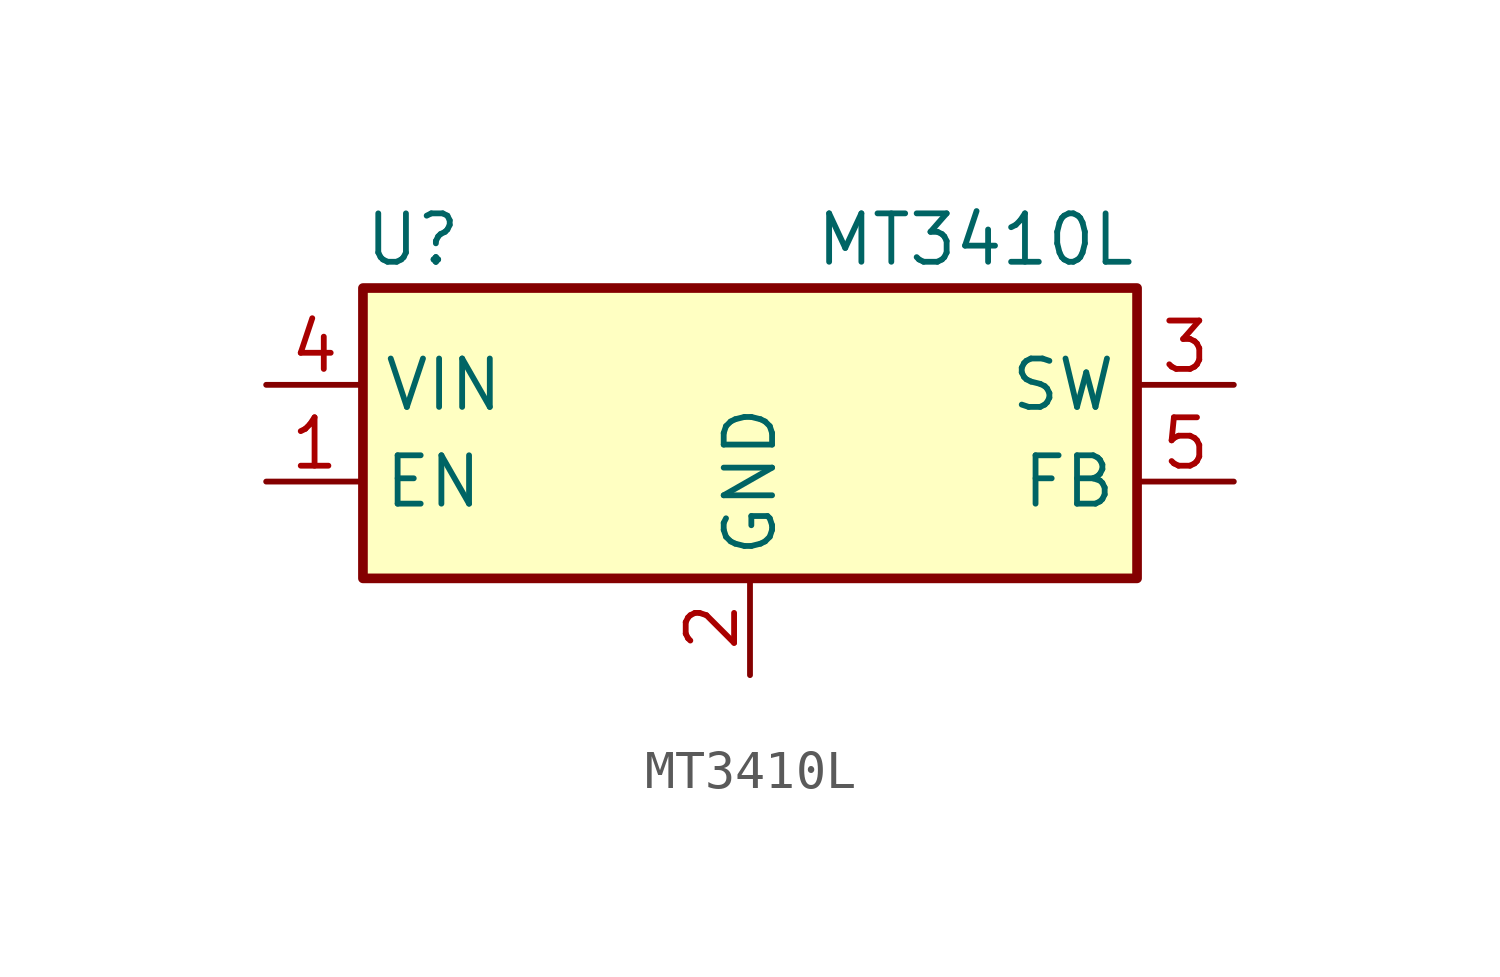
<source format=kicad_sym>
(kicad_symbol_lib
  (version 20211014)
  (generator kicad_symbol_editor)
  (symbol "MT3410L"
    (property "Reference" "U"
      (at -10.16 5.08 0)
      (effects (font (size 1.27 1.27)) (justify left)))
    (property "Value" "MT3410L"
      (at 10.16 5.08 0)
      (effects (font (size 1.27 1.27)) (justify right)))
    (symbol "MT3410L_0_1"
      (rectangle (start -10.16 3.81) (end 10.16 -3.81) (stroke (width 0.254) (type default) (color 0 0 0 0)) (fill (type background))))
    (symbol "MT3410L_1_1"
      (pin input line (at -12.7 -1.27 0) (length 2.54) (name "EN" (effects (font (size 1.27 1.27)))) (number "1" (effects (font (size 1.27 1.27)))))
      (pin power_in line (at 0 -6.35 90) (length 2.54) (name "GND" (effects (font (size 1.27 1.27)))) (number "2" (effects (font (size 1.27 1.27)))))
      (pin power_out line (at 12.7 1.27 180) (length 2.54) (name "SW" (effects (font (size 1.27 1.27)))) (number "3" (effects (font (size 1.27 1.27)))))
      (pin power_in line (at -12.7 1.27 0) (length 2.54) (name "VIN" (effects (font (size 1.27 1.27)))) (number "4" (effects (font (size 1.27 1.27)))))
      (pin input line (at 12.7 -1.27 180) (length 2.54) (name "FB" (effects (font (size 1.27 1.27)))) (number "5" (effects (font (size 1.27 1.27))))))))
</source>
